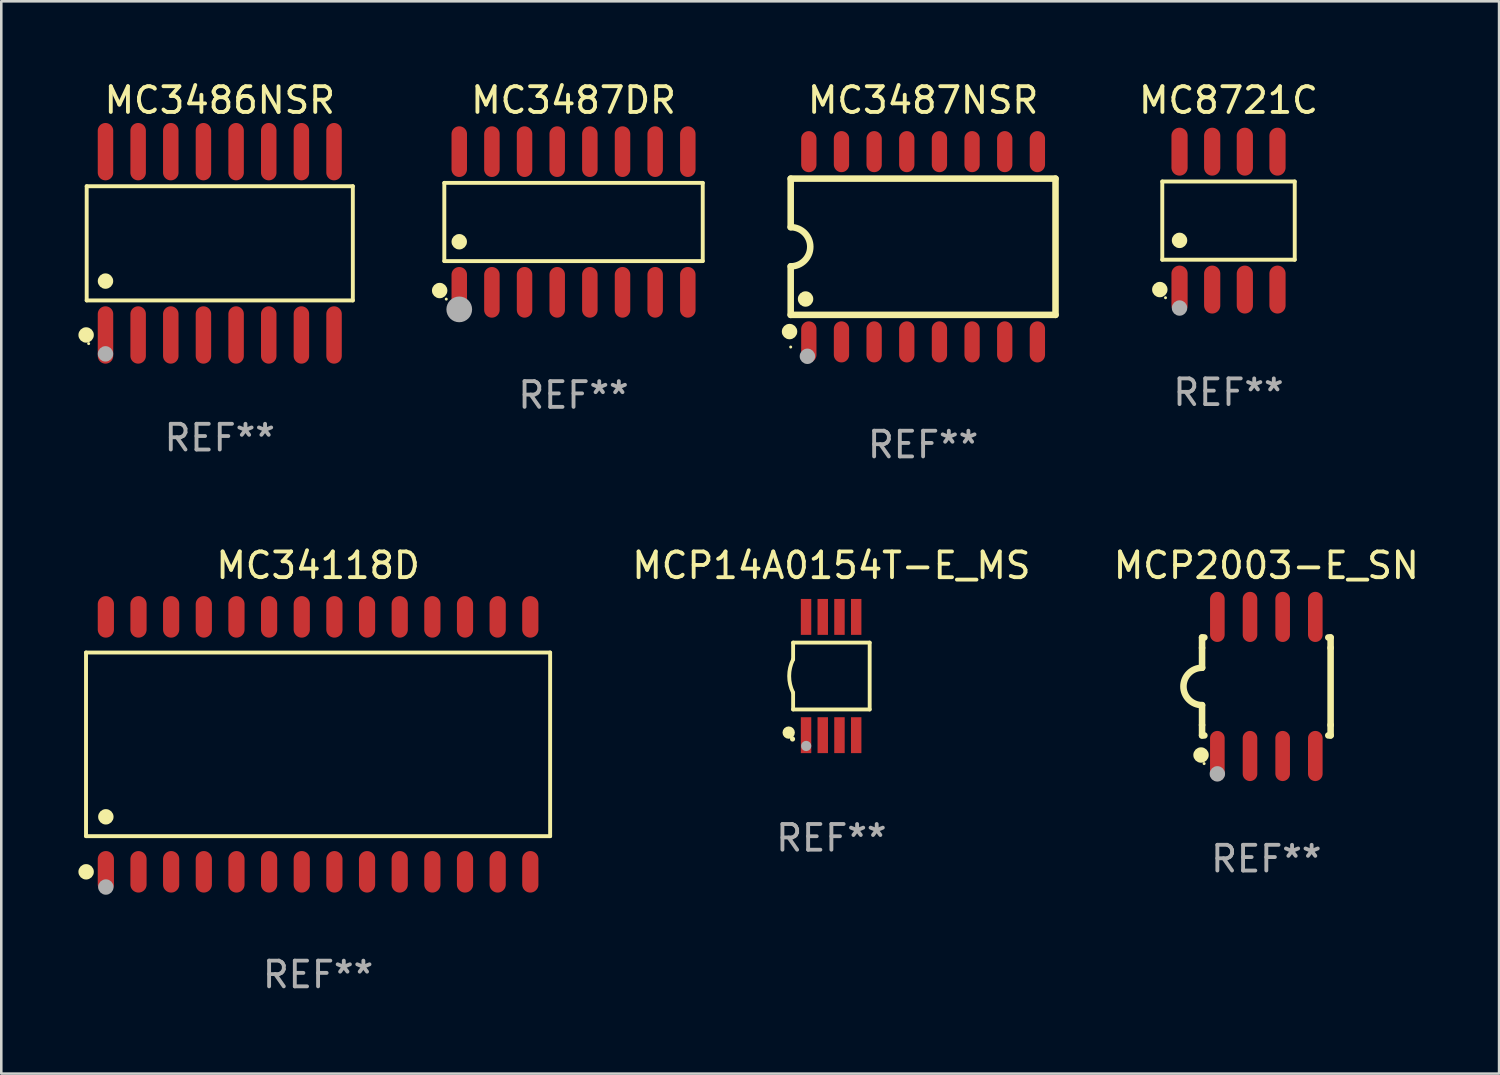
<source format=kicad_pcb>
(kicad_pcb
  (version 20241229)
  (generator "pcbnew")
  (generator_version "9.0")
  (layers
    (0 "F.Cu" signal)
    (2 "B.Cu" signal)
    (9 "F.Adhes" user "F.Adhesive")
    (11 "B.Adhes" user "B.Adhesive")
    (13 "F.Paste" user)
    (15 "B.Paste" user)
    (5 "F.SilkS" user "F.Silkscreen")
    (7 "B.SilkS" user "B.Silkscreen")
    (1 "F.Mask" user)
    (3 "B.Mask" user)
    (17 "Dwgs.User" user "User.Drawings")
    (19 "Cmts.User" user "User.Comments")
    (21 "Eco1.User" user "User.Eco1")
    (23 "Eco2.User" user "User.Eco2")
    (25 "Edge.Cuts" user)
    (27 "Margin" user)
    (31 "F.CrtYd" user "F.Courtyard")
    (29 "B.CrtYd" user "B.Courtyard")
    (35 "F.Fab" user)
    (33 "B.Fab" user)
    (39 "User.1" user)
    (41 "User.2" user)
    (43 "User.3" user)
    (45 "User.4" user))
  (footprint "MC8721C"
    (layer "F.Cu")
    (at 44.734 5.531)
    (property "Reference" "MC8721C" (at 0 -4.682 0) (layer "F.SilkS") (effects (font (size 1 1) (thickness 0.15))))
    (attr through_hole)
    (fp_line (start -2.576 -1.521) (end 2.576 -1.521) (stroke (width 0.152) (type solid)) (layer "F.SilkS"))
    (fp_line (start -2.576 1.521) (end -2.576 -1.521) (stroke (width 0.152) (type solid)) (layer "F.SilkS"))
    (fp_line (start 2.576 -1.521) (end 2.576 1.521) (stroke (width 0.152) (type solid)) (layer "F.SilkS"))
    (fp_line (start 2.576 1.521) (end -2.576 1.521) (stroke (width 0.152) (type solid)) (layer "F.SilkS"))
    (fp_circle (center -2.672 2.682) (end -2.522 2.682) (stroke (width 0.3) (type solid)) (fill no) (layer "F.SilkS"))
    (fp_circle (center -2.45 3) (end -2.42 3) (stroke (width 0.06) (type solid)) (fill no) (layer "F.SilkS"))
    (fp_circle (center -1.905 0.769) (end -1.755 0.769) (stroke (width 0.3) (type solid)) (fill no) (layer "F.SilkS"))
    (fp_circle (center -1.905 3.4) (end -1.755 3.4) (stroke (width 0.3) (type solid)) (fill no) (layer "F.Fab"))
    (fp_text user "REF**" (at 0 6.682 0) (layer "F.Fab") (effects (font (size 1 1) (thickness 0.15))))
    (pad "1" smd oval (at -1.905 2.682) (size 0.63 1.865) (layers "F.Cu" "F.Mask" "F.Paste"))
    (pad "2" smd oval (at -0.635 2.682) (size 0.63 1.865) (layers "F.Cu" "F.Mask" "F.Paste"))
    (pad "3" smd oval (at 0.635 2.682) (size 0.63 1.865) (layers "F.Cu" "F.Mask" "F.Paste"))
    (pad "4" smd oval (at 1.905 2.682) (size 0.63 1.865) (layers "F.Cu" "F.Mask" "F.Paste"))
    (pad "5" smd oval (at 1.905 -2.682) (size 0.63 1.865) (layers "F.Cu" "F.Mask" "F.Paste"))
    (pad "6" smd oval (at 0.635 -2.682) (size 0.63 1.865) (layers "F.Cu" "F.Mask" "F.Paste"))
    (pad "7" smd oval (at -0.635 -2.682) (size 0.63 1.865) (layers "F.Cu" "F.Mask" "F.Paste"))
    (pad "8" smd oval (at -1.905 -2.682) (size 0.63 1.865) (layers "F.Cu" "F.Mask" "F.Paste")))
  (footprint "MC3487NSR"
    (layer "F.Cu")
    (at 32.855 6.548)
    (property "Reference" "MC3487NSR" (at 0 -5.7 0) (layer "F.SilkS") (effects (font (size 1 1) (thickness 0.15))))
    (attr through_hole)
    (fp_line (start -5.15 -2.65) (end -5.15 -0.762) (stroke (width 0.254) (type solid)) (layer "F.SilkS"))
    (fp_line (start -5.15 -2.65) (end 5.15 -2.65) (stroke (width 0.254) (type solid)) (layer "F.SilkS"))
    (fp_line (start -5.15 2.65) (end -5.15 0.762) (stroke (width 0.254) (type solid)) (layer "F.SilkS"))
    (fp_line (start 5.15 -2.65) (end 5.15 2.65) (stroke (width 0.254) (type solid)) (layer "F.SilkS"))
    (fp_line (start 5.15 2.65) (end -5.15 2.65) (stroke (width 0.254) (type solid)) (layer "F.SilkS"))
    (fp_arc (start -5.151131 -0.762003) (mid -4.389128 -0.000559) (end -5.150013 0.762002) (stroke (width 0.254001) (type solid)) (layer "F.SilkS"))
    (fp_circle (center -5.195 3.299) (end -5.045 3.299) (stroke (width 0.3) (type solid)) (fill no) (layer "F.SilkS"))
    (fp_circle (center -5.15 3.9) (end -5.12 3.9) (stroke (width 0.06) (type solid)) (fill no) (layer "F.SilkS"))
    (fp_circle (center -4.572 2.032) (end -4.422 2.032) (stroke (width 0.3) (type solid)) (fill no) (layer "F.SilkS"))
    (fp_circle (center -4.5 4.26) (end -4.35 4.26) (stroke (width 0.3) (type solid)) (fill no) (layer "F.Fab"))
    (fp_text user "REF**" (at 0 7.7 0) (layer "F.Fab") (effects (font (size 1 1) (thickness 0.15))))
    (pad "1" smd oval (at -4.445 3.7) (size 0.595 1.598) (layers "F.Cu" "F.Mask" "F.Paste"))
    (pad "2" smd oval (at -3.175 3.7) (size 0.595 1.598) (layers "F.Cu" "F.Mask" "F.Paste"))
    (pad "3" smd oval (at -1.905 3.7) (size 0.595 1.598) (layers "F.Cu" "F.Mask" "F.Paste"))
    (pad "4" smd oval (at -0.635 3.7) (size 0.595 1.598) (layers "F.Cu" "F.Mask" "F.Paste"))
    (pad "5" smd oval (at 0.635 3.7) (size 0.595 1.598) (layers "F.Cu" "F.Mask" "F.Paste"))
    (pad "6" smd oval (at 1.905 3.7) (size 0.595 1.598) (layers "F.Cu" "F.Mask" "F.Paste"))
    (pad "7" smd oval (at 3.175 3.7) (size 0.595 1.598) (layers "F.Cu" "F.Mask" "F.Paste"))
    (pad "8" smd oval (at 4.445 3.7) (size 0.595 1.598) (layers "F.Cu" "F.Mask" "F.Paste"))
    (pad "9" smd oval (at 4.445 -3.7) (size 0.595 1.598) (layers "F.Cu" "F.Mask" "F.Paste"))
    (pad "10" smd oval (at 3.175 -3.7) (size 0.595 1.598) (layers "F.Cu" "F.Mask" "F.Paste"))
    (pad "11" smd oval (at 1.905 -3.7) (size 0.595 1.598) (layers "F.Cu" "F.Mask" "F.Paste"))
    (pad "12" smd oval (at 0.635 -3.7) (size 0.595 1.598) (layers "F.Cu" "F.Mask" "F.Paste"))
    (pad "13" smd oval (at -0.635 -3.7) (size 0.595 1.598) (layers "F.Cu" "F.Mask" "F.Paste"))
    (pad "14" smd oval (at -1.905 -3.7) (size 0.595 1.598) (layers "F.Cu" "F.Mask" "F.Paste"))
    (pad "15" smd oval (at -3.175 -3.7) (size 0.595 1.598) (layers "F.Cu" "F.Mask" "F.Paste"))
    (pad "16" smd oval (at -4.445 -3.7) (size 0.595 1.598) (layers "F.Cu" "F.Mask" "F.Paste")))
  (footprint "MC34118D"
    (layer "F.Cu")
    (at 9.322 25.902)
    (property "Reference" "MC34118D" (at 0 -6.958 0) (layer "F.SilkS") (effects (font (size 1 1) (thickness 0.15))))
    (attr through_hole)
    (fp_line (start -9.026 -3.571) (end 9.026 -3.571) (stroke (width 0.152) (type solid)) (layer "F.SilkS"))
    (fp_line (start -9.026 3.571) (end -9.026 -3.571) (stroke (width 0.152) (type solid)) (layer "F.SilkS"))
    (fp_line (start 9.026 -3.571) (end 9.026 3.571) (stroke (width 0.152) (type solid)) (layer "F.SilkS"))
    (fp_line (start 9.026 3.571) (end -9.026 3.571) (stroke (width 0.152) (type solid)) (layer "F.SilkS"))
    (fp_circle (center -9.022 4.958) (end -8.872 4.958) (stroke (width 0.3) (type solid)) (fill no) (layer "F.SilkS"))
    (fp_circle (center -8.95 5.15) (end -8.92 5.15) (stroke (width 0.06) (type solid)) (fill no) (layer "F.SilkS"))
    (fp_circle (center -8.255 2.819) (end -8.105 2.819) (stroke (width 0.3) (type solid)) (fill no) (layer "F.SilkS"))
    (fp_circle (center -8.255 5.55) (end -8.105 5.55) (stroke (width 0.3) (type solid)) (fill no) (layer "F.Fab"))
    (fp_text user "REF**" (at 0 8.958 0) (layer "F.Fab") (effects (font (size 1 1) (thickness 0.15))))
    (pad "1" smd oval (at -8.255 4.958) (size 0.63 1.615) (layers "F.Cu" "F.Mask" "F.Paste"))
    (pad "2" smd oval (at -6.985 4.958) (size 0.63 1.615) (layers "F.Cu" "F.Mask" "F.Paste"))
    (pad "3" smd oval (at -5.715 4.958) (size 0.63 1.615) (layers "F.Cu" "F.Mask" "F.Paste"))
    (pad "4" smd oval (at -4.445 4.958) (size 0.63 1.615) (layers "F.Cu" "F.Mask" "F.Paste"))
    (pad "5" smd oval (at -3.175 4.958) (size 0.63 1.615) (layers "F.Cu" "F.Mask" "F.Paste"))
    (pad "6" smd oval (at -1.905 4.958) (size 0.63 1.615) (layers "F.Cu" "F.Mask" "F.Paste"))
    (pad "7" smd oval (at -0.635 4.958) (size 0.63 1.615) (layers "F.Cu" "F.Mask" "F.Paste"))
    (pad "8" smd oval (at 0.635 4.958) (size 0.63 1.615) (layers "F.Cu" "F.Mask" "F.Paste"))
    (pad "9" smd oval (at 1.905 4.958) (size 0.63 1.615) (layers "F.Cu" "F.Mask" "F.Paste"))
    (pad "10" smd oval (at 3.175 4.958) (size 0.63 1.615) (layers "F.Cu" "F.Mask" "F.Paste"))
    (pad "11" smd oval (at 4.445 4.958) (size 0.63 1.615) (layers "F.Cu" "F.Mask" "F.Paste"))
    (pad "12" smd oval (at 5.715 4.958) (size 0.63 1.615) (layers "F.Cu" "F.Mask" "F.Paste"))
    (pad "13" smd oval (at 6.985 4.958) (size 0.63 1.615) (layers "F.Cu" "F.Mask" "F.Paste"))
    (pad "14" smd oval (at 8.255 4.958) (size 0.63 1.615) (layers "F.Cu" "F.Mask" "F.Paste"))
    (pad "15" smd oval (at 8.255 -4.958) (size 0.63 1.615) (layers "F.Cu" "F.Mask" "F.Paste"))
    (pad "16" smd oval (at 6.985 -4.958) (size 0.63 1.615) (layers "F.Cu" "F.Mask" "F.Paste"))
    (pad "17" smd oval (at 5.715 -4.958) (size 0.63 1.615) (layers "F.Cu" "F.Mask" "F.Paste"))
    (pad "18" smd oval (at 4.445 -4.958) (size 0.63 1.615) (layers "F.Cu" "F.Mask" "F.Paste"))
    (pad "19" smd oval (at 3.175 -4.958) (size 0.63 1.615) (layers "F.Cu" "F.Mask" "F.Paste"))
    (pad "20" smd oval (at 1.905 -4.958) (size 0.63 1.615) (layers "F.Cu" "F.Mask" "F.Paste"))
    (pad "21" smd oval (at 0.635 -4.958) (size 0.63 1.615) (layers "F.Cu" "F.Mask" "F.Paste"))
    (pad "22" smd oval (at -0.635 -4.958) (size 0.63 1.615) (layers "F.Cu" "F.Mask" "F.Paste"))
    (pad "23" smd oval (at -1.905 -4.958) (size 0.63 1.615) (layers "F.Cu" "F.Mask" "F.Paste"))
    (pad "24" smd oval (at -3.175 -4.958) (size 0.63 1.615) (layers "F.Cu" "F.Mask" "F.Paste"))
    (pad "25" smd oval (at -4.445 -4.958) (size 0.63 1.615) (layers "F.Cu" "F.Mask" "F.Paste"))
    (pad "26" smd oval (at -5.715 -4.958) (size 0.63 1.615) (layers "F.Cu" "F.Mask" "F.Paste"))
    (pad "27" smd oval (at -6.985 -4.958) (size 0.63 1.615) (layers "F.Cu" "F.Mask" "F.Paste"))
    (pad "28" smd oval (at -8.255 -4.958) (size 0.63 1.615) (layers "F.Cu" "F.Mask" "F.Paste")))
  (footprint "MC3486NSR"
    (layer "F.Cu")
    (at 5.498 6.414)
    (property "Reference" "MC3486NSR" (at 0 -5.565 0) (layer "F.SilkS") (effects (font (size 1 1) (thickness 0.15))))
    (attr through_hole)
    (fp_line (start -5.176 -2.221) (end 5.176 -2.221) (stroke (width 0.152) (type solid)) (layer "F.SilkS"))
    (fp_line (start -5.176 2.221) (end -5.176 -2.221) (stroke (width 0.152) (type solid)) (layer "F.SilkS"))
    (fp_line (start 5.176 -2.221) (end 5.176 2.221) (stroke (width 0.152) (type solid)) (layer "F.SilkS"))
    (fp_line (start 5.176 2.221) (end -5.176 2.221) (stroke (width 0.152) (type solid)) (layer "F.SilkS"))
    (fp_circle (center -5.198 3.565) (end -5.048 3.565) (stroke (width 0.3) (type solid)) (fill no) (layer "F.SilkS"))
    (fp_circle (center -5.1 3.9) (end -5.07 3.9) (stroke (width 0.06) (type solid)) (fill no) (layer "F.SilkS"))
    (fp_circle (center -4.445 1.469) (end -4.295 1.469) (stroke (width 0.3) (type solid)) (fill no) (layer "F.SilkS"))
    (fp_circle (center -4.445 4.3) (end -4.295 4.3) (stroke (width 0.3) (type solid)) (fill no) (layer "F.Fab"))
    (fp_text user "REF**" (at 0 7.565 0) (layer "F.Fab") (effects (font (size 1 1) (thickness 0.15))))
    (pad "1" smd oval (at -4.445 3.565) (size 0.602 2.231) (layers "F.Cu" "F.Mask" "F.Paste"))
    (pad "2" smd oval (at -3.175 3.565) (size 0.602 2.231) (layers "F.Cu" "F.Mask" "F.Paste"))
    (pad "3" smd oval (at -1.905 3.565) (size 0.602 2.231) (layers "F.Cu" "F.Mask" "F.Paste"))
    (pad "4" smd oval (at -0.635 3.565) (size 0.602 2.231) (layers "F.Cu" "F.Mask" "F.Paste"))
    (pad "5" smd oval (at 0.635 3.565) (size 0.602 2.231) (layers "F.Cu" "F.Mask" "F.Paste"))
    (pad "6" smd oval (at 1.905 3.565) (size 0.602 2.231) (layers "F.Cu" "F.Mask" "F.Paste"))
    (pad "7" smd oval (at 3.175 3.565) (size 0.602 2.231) (layers "F.Cu" "F.Mask" "F.Paste"))
    (pad "8" smd oval (at 4.445 3.565) (size 0.602 2.231) (layers "F.Cu" "F.Mask" "F.Paste"))
    (pad "9" smd oval (at 4.445 -3.565) (size 0.602 2.231) (layers "F.Cu" "F.Mask" "F.Paste"))
    (pad "10" smd oval (at 3.175 -3.565) (size 0.602 2.231) (layers "F.Cu" "F.Mask" "F.Paste"))
    (pad "11" smd oval (at 1.905 -3.565) (size 0.602 2.231) (layers "F.Cu" "F.Mask" "F.Paste"))
    (pad "12" smd oval (at 0.635 -3.565) (size 0.602 2.231) (layers "F.Cu" "F.Mask" "F.Paste"))
    (pad "13" smd oval (at -0.635 -3.565) (size 0.602 2.231) (layers "F.Cu" "F.Mask" "F.Paste"))
    (pad "14" smd oval (at -1.905 -3.565) (size 0.602 2.231) (layers "F.Cu" "F.Mask" "F.Paste"))
    (pad "15" smd oval (at -3.175 -3.565) (size 0.602 2.231) (layers "F.Cu" "F.Mask" "F.Paste"))
    (pad "16" smd oval (at -4.445 -3.565) (size 0.602 2.231) (layers "F.Cu" "F.Mask" "F.Paste")))
  (footprint "MC3487DR"
    (layer "F.Cu")
    (at 19.258 5.584)
    (property "Reference" "MC3487DR" (at 0 -4.736 0) (layer "F.SilkS") (effects (font (size 1 1) (thickness 0.15))))
    (attr through_hole)
    (fp_line (start -5.026 -1.521) (end 5.026 -1.521) (stroke (width 0.152) (type solid)) (layer "F.SilkS"))
    (fp_line (start -5.026 1.521) (end -5.026 -1.521) (stroke (width 0.152) (type solid)) (layer "F.SilkS"))
    (fp_line (start 5.026 -1.521) (end 5.026 1.521) (stroke (width 0.152) (type solid)) (layer "F.SilkS"))
    (fp_line (start 5.026 1.521) (end -5.026 1.521) (stroke (width 0.152) (type solid)) (layer "F.SilkS"))
    (fp_circle (center -5.207 2.667) (end -5.057 2.667) (stroke (width 0.3) (type solid)) (fill no) (layer "F.SilkS"))
    (fp_circle (center -4.95 3) (end -4.92 3) (stroke (width 0.06) (type solid)) (fill no) (layer "F.SilkS"))
    (fp_circle (center -4.445 0.769) (end -4.295 0.769) (stroke (width 0.3) (type solid)) (fill no) (layer "F.SilkS"))
    (fp_circle (center -4.445 3.4) (end -4.195 3.4) (stroke (width 0.5) (type solid)) (fill no) (layer "F.Fab"))
    (fp_text user "REF**" (at 0 6.736 0) (layer "F.Fab") (effects (font (size 1 1) (thickness 0.15))))
    (pad "1" smd oval (at -4.445 2.736) (size 0.602 1.971) (layers "F.Cu" "F.Mask" "F.Paste"))
    (pad "2" smd oval (at -3.175 2.736) (size 0.602 1.971) (layers "F.Cu" "F.Mask" "F.Paste"))
    (pad "3" smd oval (at -1.905 2.736) (size 0.602 1.971) (layers "F.Cu" "F.Mask" "F.Paste"))
    (pad "4" smd oval (at -0.635 2.736) (size 0.602 1.971) (layers "F.Cu" "F.Mask" "F.Paste"))
    (pad "5" smd oval (at 0.635 2.736) (size 0.602 1.971) (layers "F.Cu" "F.Mask" "F.Paste"))
    (pad "6" smd oval (at 1.905 2.736) (size 0.602 1.971) (layers "F.Cu" "F.Mask" "F.Paste"))
    (pad "7" smd oval (at 3.175 2.736) (size 0.602 1.971) (layers "F.Cu" "F.Mask" "F.Paste"))
    (pad "8" smd oval (at 4.445 2.736) (size 0.602 1.971) (layers "F.Cu" "F.Mask" "F.Paste"))
    (pad "9" smd oval (at 4.445 -2.736) (size 0.602 1.971) (layers "F.Cu" "F.Mask" "F.Paste"))
    (pad "10" smd oval (at 3.175 -2.736) (size 0.602 1.971) (layers "F.Cu" "F.Mask" "F.Paste"))
    (pad "11" smd oval (at 1.905 -2.736) (size 0.602 1.971) (layers "F.Cu" "F.Mask" "F.Paste"))
    (pad "12" smd oval (at 0.635 -2.736) (size 0.602 1.971) (layers "F.Cu" "F.Mask" "F.Paste"))
    (pad "13" smd oval (at -0.635 -2.736) (size 0.602 1.971) (layers "F.Cu" "F.Mask" "F.Paste"))
    (pad "14" smd oval (at -1.905 -2.736) (size 0.602 1.971) (layers "F.Cu" "F.Mask" "F.Paste"))
    (pad "15" smd oval (at -3.175 -2.736) (size 0.602 1.971) (layers "F.Cu" "F.Mask" "F.Paste"))
    (pad "16" smd oval (at -4.445 -2.736) (size 0.602 1.971) (layers "F.Cu" "F.Mask" "F.Paste")))
  (footprint "MCP2003-E_SN"
    (layer "F.Cu")
    (at 46.205 23.65)
    (property "Reference" "MCP2003-E_SN" (at 0 -4.705 0) (layer "F.SilkS") (effects (font (size 1 1) (thickness 0.15))))
    (attr through_hole)
    (fp_line (start -2.5 -1.905) (end -2.409 -1.905) (stroke (width 0.254) (type solid)) (layer "F.SilkS"))
    (fp_line (start -2.5 -1.5) (end -2.5 -1.905) (stroke (width 0.254) (type solid)) (layer "F.SilkS"))
    (fp_line (start -2.5 -1.5) (end -2.5 -0.726) (stroke (width 0.254) (type solid)) (layer "F.SilkS"))
    (fp_line (start -2.5 1.5) (end -2.5 0.727) (stroke (width 0.254) (type solid)) (layer "F.SilkS"))
    (fp_line (start -2.5 1.5) (end -2.5 1.905) (stroke (width 0.254) (type solid)) (layer "F.SilkS"))
    (fp_line (start -2.5 1.905) (end -2.409 1.905) (stroke (width 0.254) (type solid)) (layer "F.SilkS"))
    (fp_line (start 2.5 -1.905) (end 2.409 -1.905) (stroke (width 0.254) (type solid)) (layer "F.SilkS"))
    (fp_line (start 2.5 -1.5) (end 2.5 -1.905) (stroke (width 0.254) (type solid)) (layer "F.SilkS"))
    (fp_line (start 2.5 -1.5) (end 2.5 1.5) (stroke (width 0.254) (type solid)) (layer "F.SilkS"))
    (fp_line (start 2.5 1.5) (end 2.5 1.905) (stroke (width 0.254) (type solid)) (layer "F.SilkS"))
    (fp_line (start 2.5 1.905) (end 2.409 1.905) (stroke (width 0.254) (type solid)) (layer "F.SilkS"))
    (fp_arc (start -2.5 0.726568) (mid -3.220316 -0.0023) (end -2.495097 -0.726289) (stroke (width 0.254001) (type solid)) (layer "F.SilkS"))
    (fp_circle (center -2.54 2.667) (end -2.39 2.667) (stroke (width 0.3) (type solid)) (fill no) (layer "F.SilkS"))
    (fp_circle (center -2.42 3) (end -2.39 3) (stroke (width 0.06) (type solid)) (fill no) (layer "F.SilkS"))
    (fp_circle (center -1.905 3.4) (end -1.755 3.4) (stroke (width 0.3) (type solid)) (fill no) (layer "F.Fab"))
    (fp_text user "REF**" (at 0 6.705 0) (layer "F.Fab") (effects (font (size 1 1) (thickness 0.15))))
    (pad "1" smd oval (at -1.905 2.705) (size 0.568 1.95) (layers "F.Cu" "F.Mask" "F.Paste"))
    (pad "2" smd oval (at -0.635 2.705) (size 0.568 1.95) (layers "F.Cu" "F.Mask" "F.Paste"))
    (pad "3" smd oval (at 0.635 2.705) (size 0.568 1.95) (layers "F.Cu" "F.Mask" "F.Paste"))
    (pad "4" smd oval (at 1.905 2.705) (size 0.568 1.95) (layers "F.Cu" "F.Mask" "F.Paste"))
    (pad "5" smd oval (at 1.905 -2.705) (size 0.568 1.95) (layers "F.Cu" "F.Mask" "F.Paste"))
    (pad "6" smd oval (at 0.635 -2.705) (size 0.568 1.95) (layers "F.Cu" "F.Mask" "F.Paste"))
    (pad "7" smd oval (at -0.635 -2.705) (size 0.568 1.95) (layers "F.Cu" "F.Mask" "F.Paste"))
    (pad "8" smd oval (at -1.905 -2.705) (size 0.568 1.95) (layers "F.Cu" "F.Mask" "F.Paste")))
  (footprint "MCP14A0154T-E_MS"
    (layer "F.Cu")
    (at 29.288 23.245)
    (property "Reference" "MCP14A0154T-E_MS" (at 0 -4.3 0) (layer "F.SilkS") (effects (font (size 1 1) (thickness 0.15))))
    (attr through_hole)
    (fp_line (start -1.489 -1.3) (end -1.489 -0.648) (stroke (width 0.15) (type solid)) (layer "F.SilkS"))
    (fp_line (start -1.489 0.648) (end -1.489 1.3) (stroke (width 0.15) (type solid)) (layer "F.SilkS"))
    (fp_line (start -1.489 1.3) (end 1.489 1.3) (stroke (width 0.15) (type solid)) (layer "F.SilkS"))
    (fp_line (start 1.489 -1.3) (end -1.489 -1.3) (stroke (width 0.15) (type solid)) (layer "F.SilkS"))
    (fp_line (start 1.489 1.3) (end 1.489 -1.3) (stroke (width 0.15) (type solid)) (layer "F.SilkS"))
    (fp_arc (start -1.489205 0.647702) (mid -1.642107 0) (end -1.489205 -0.647701) (stroke (width 0.150013) (type solid)) (layer "F.SilkS"))
    (fp_circle (center -1.661 2.2) (end -1.541 2.2) (stroke (width 0.24) (type solid)) (fill no) (layer "F.SilkS"))
    (fp_circle (center -1.511 2.45) (end -1.461 2.45) (stroke (width 0.1) (type solid)) (fill no) (layer "F.SilkS"))
    (fp_circle (center -0.981 2.72) (end -0.881 2.72) (stroke (width 0.2) (type solid)) (fill no) (layer "F.Fab"))
    (fp_text user "REF**" (at 0 6.3 0) (layer "F.Fab") (effects (font (size 1 1) (thickness 0.15))))
    (pad "1" smd rect (at -0.986 2.3) (size 0.406 1.397) (layers "F.Cu" "F.Mask" "F.Paste"))
    (pad "2" smd rect (at -0.336 2.3) (size 0.406 1.397) (layers "F.Cu" "F.Mask" "F.Paste"))
    (pad "3" smd rect (at 0.314 2.3) (size 0.406 1.397) (layers "F.Cu" "F.Mask" "F.Paste"))
    (pad "4" smd rect (at 0.964 2.3) (size 0.406 1.397) (layers "F.Cu" "F.Mask" "F.Paste"))
    (pad "5" smd rect (at 0.964 -2.3) (size 0.406 1.397) (layers "F.Cu" "F.Mask" "F.Paste"))
    (pad "6" smd rect (at 0.314 -2.3) (size 0.406 1.397) (layers "F.Cu" "F.Mask" "F.Paste"))
    (pad "7" smd rect (at -0.336 -2.3) (size 0.406 1.397) (layers "F.Cu" "F.Mask" "F.Paste"))
    (pad "8" smd rect (at -0.986 -2.3) (size 0.406 1.397) (layers "F.Cu" "F.Mask" "F.Paste")))
  (gr_rect
    (start -3 -3)
    (end 55.258 38.708)
    (stroke (width 0.1) (type default))
    (fill no)
    (layer "Edge.Cuts")))
</source>
